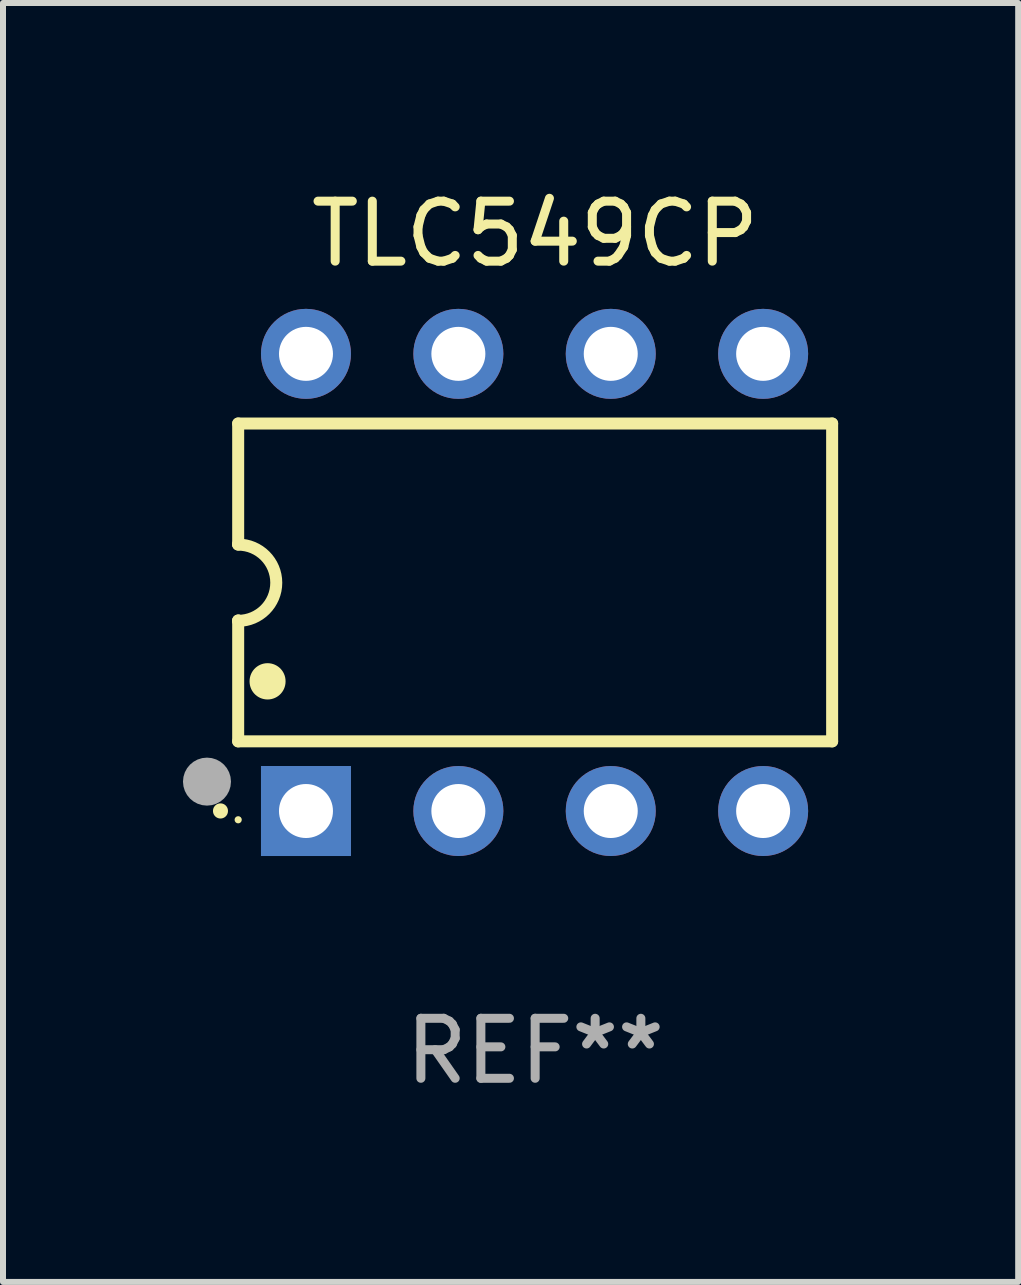
<source format=kicad_pcb>
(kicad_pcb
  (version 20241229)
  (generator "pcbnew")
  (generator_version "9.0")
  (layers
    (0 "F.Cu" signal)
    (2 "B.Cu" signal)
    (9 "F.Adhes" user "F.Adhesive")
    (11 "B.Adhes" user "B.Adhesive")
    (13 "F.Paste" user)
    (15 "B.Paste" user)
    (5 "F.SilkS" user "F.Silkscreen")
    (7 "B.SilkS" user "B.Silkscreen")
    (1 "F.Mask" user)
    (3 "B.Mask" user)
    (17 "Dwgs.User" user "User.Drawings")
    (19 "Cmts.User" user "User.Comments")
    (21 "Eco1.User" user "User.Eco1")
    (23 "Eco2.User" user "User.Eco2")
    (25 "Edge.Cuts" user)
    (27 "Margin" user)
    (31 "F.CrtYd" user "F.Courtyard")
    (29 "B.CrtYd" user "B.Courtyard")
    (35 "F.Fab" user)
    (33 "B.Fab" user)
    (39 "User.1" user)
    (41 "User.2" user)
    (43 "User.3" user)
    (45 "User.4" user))
  (footprint "TLC549CP"
    (layer "F.Cu")
    (at 5.87 6.658)
    (property "Reference" "TLC549CP" (at 0 -5.81 0) (layer "F.SilkS") (effects (font (size 1 1) (thickness 0.15))))
    (attr through_hole)
    (fp_line (start -4.95 -2.649) (end 4.95 -2.649) (stroke (width 0.2) (type solid)) (layer "F.SilkS"))
    (fp_line (start -4.95 -0.635) (end -4.95 -2.649) (stroke (width 0.2) (type solid)) (layer "F.SilkS"))
    (fp_line (start -4.95 0.635) (end -4.95 0.64) (stroke (width 0.2) (type solid)) (layer "F.SilkS"))
    (fp_line (start -4.95 2.649) (end -4.95 0.635) (stroke (width 0.2) (type solid)) (layer "F.SilkS"))
    (fp_line (start -4.95 -0.64) (end -4.95 -0.635) (stroke (width 0.2) (type solid)) (layer "F.SilkS"))
    (fp_line (start 4.95 -2.649) (end 4.95 2.649) (stroke (width 0.2) (type solid)) (layer "F.SilkS"))
    (fp_line (start 4.95 2.649) (end -4.95 2.649) (stroke (width 0.2) (type solid)) (layer "F.SilkS"))
    (fp_arc (start -5.24511 3.810008) (mid -5.245117 3.808738) (end -5.24511 3.807468) (stroke (width 0.25) (type solid)) (layer "F.SilkS"))
    (fp_arc (start -4.950165 -0.629997) (mid -4.315164 0.005004) (end -4.950165 0.640005) (stroke (width 0.2) (type solid)) (layer "F.SilkS"))
    (fp_arc (start -4.460249 1.651003) (mid -4.46026 1.648463) (end -4.460249 1.645923) (stroke (width 0.6) (type solid)) (layer "F.SilkS"))
    (fp_circle (center -4.95 3.956) (end -4.92 3.956) (stroke (width 0.06) (type solid)) (fill no) (layer "F.SilkS"))
    (fp_circle (center -5.47 3.32) (end -5.27 3.32) (stroke (width 0.4) (type solid)) (fill no) (layer "F.Fab"))
    (fp_text user "REF**" (at 0 7.81 0) (layer "F.Fab") (effects (font (size 1 1) (thickness 0.15))))
    (pad "1" thru_hole rect (at -3.82 3.81) (size 1.5 1.5) (drill 0.9) (layers "*.Cu" "*.Mask"))
    (pad "2" thru_hole circle (at -1.28 3.81) (size 1.5 1.5) (drill 0.9) (layers "*.Cu" "*.Mask"))
    (pad "3" thru_hole circle (at 1.26 3.81) (size 1.5 1.5) (drill 0.9) (layers "*.Cu" "*.Mask"))
    (pad "4" thru_hole circle (at 3.8 3.81) (size 1.5 1.5) (drill 0.9) (layers "*.Cu" "*.Mask"))
    (pad "5" thru_hole circle (at 3.8 -3.81) (size 1.5 1.5) (drill 0.9) (layers "*.Cu" "*.Mask"))
    (pad "6" thru_hole circle (at 1.26 -3.81) (size 1.5 1.5) (drill 0.9) (layers "*.Cu" "*.Mask"))
    (pad "7" thru_hole circle (at -1.28 -3.81) (size 1.5 1.5) (drill 0.9) (layers "*.Cu" "*.Mask"))
    (pad "8" thru_hole circle (at -3.82 -3.81) (size 1.5 1.5) (drill 0.9) (layers "*.Cu" "*.Mask")))
  (gr_rect
    (start -3 -3)
    (end 13.921 18.317)
    (stroke (width 0.1) (type default))
    (fill no)
    (layer "Edge.Cuts")))
</source>
